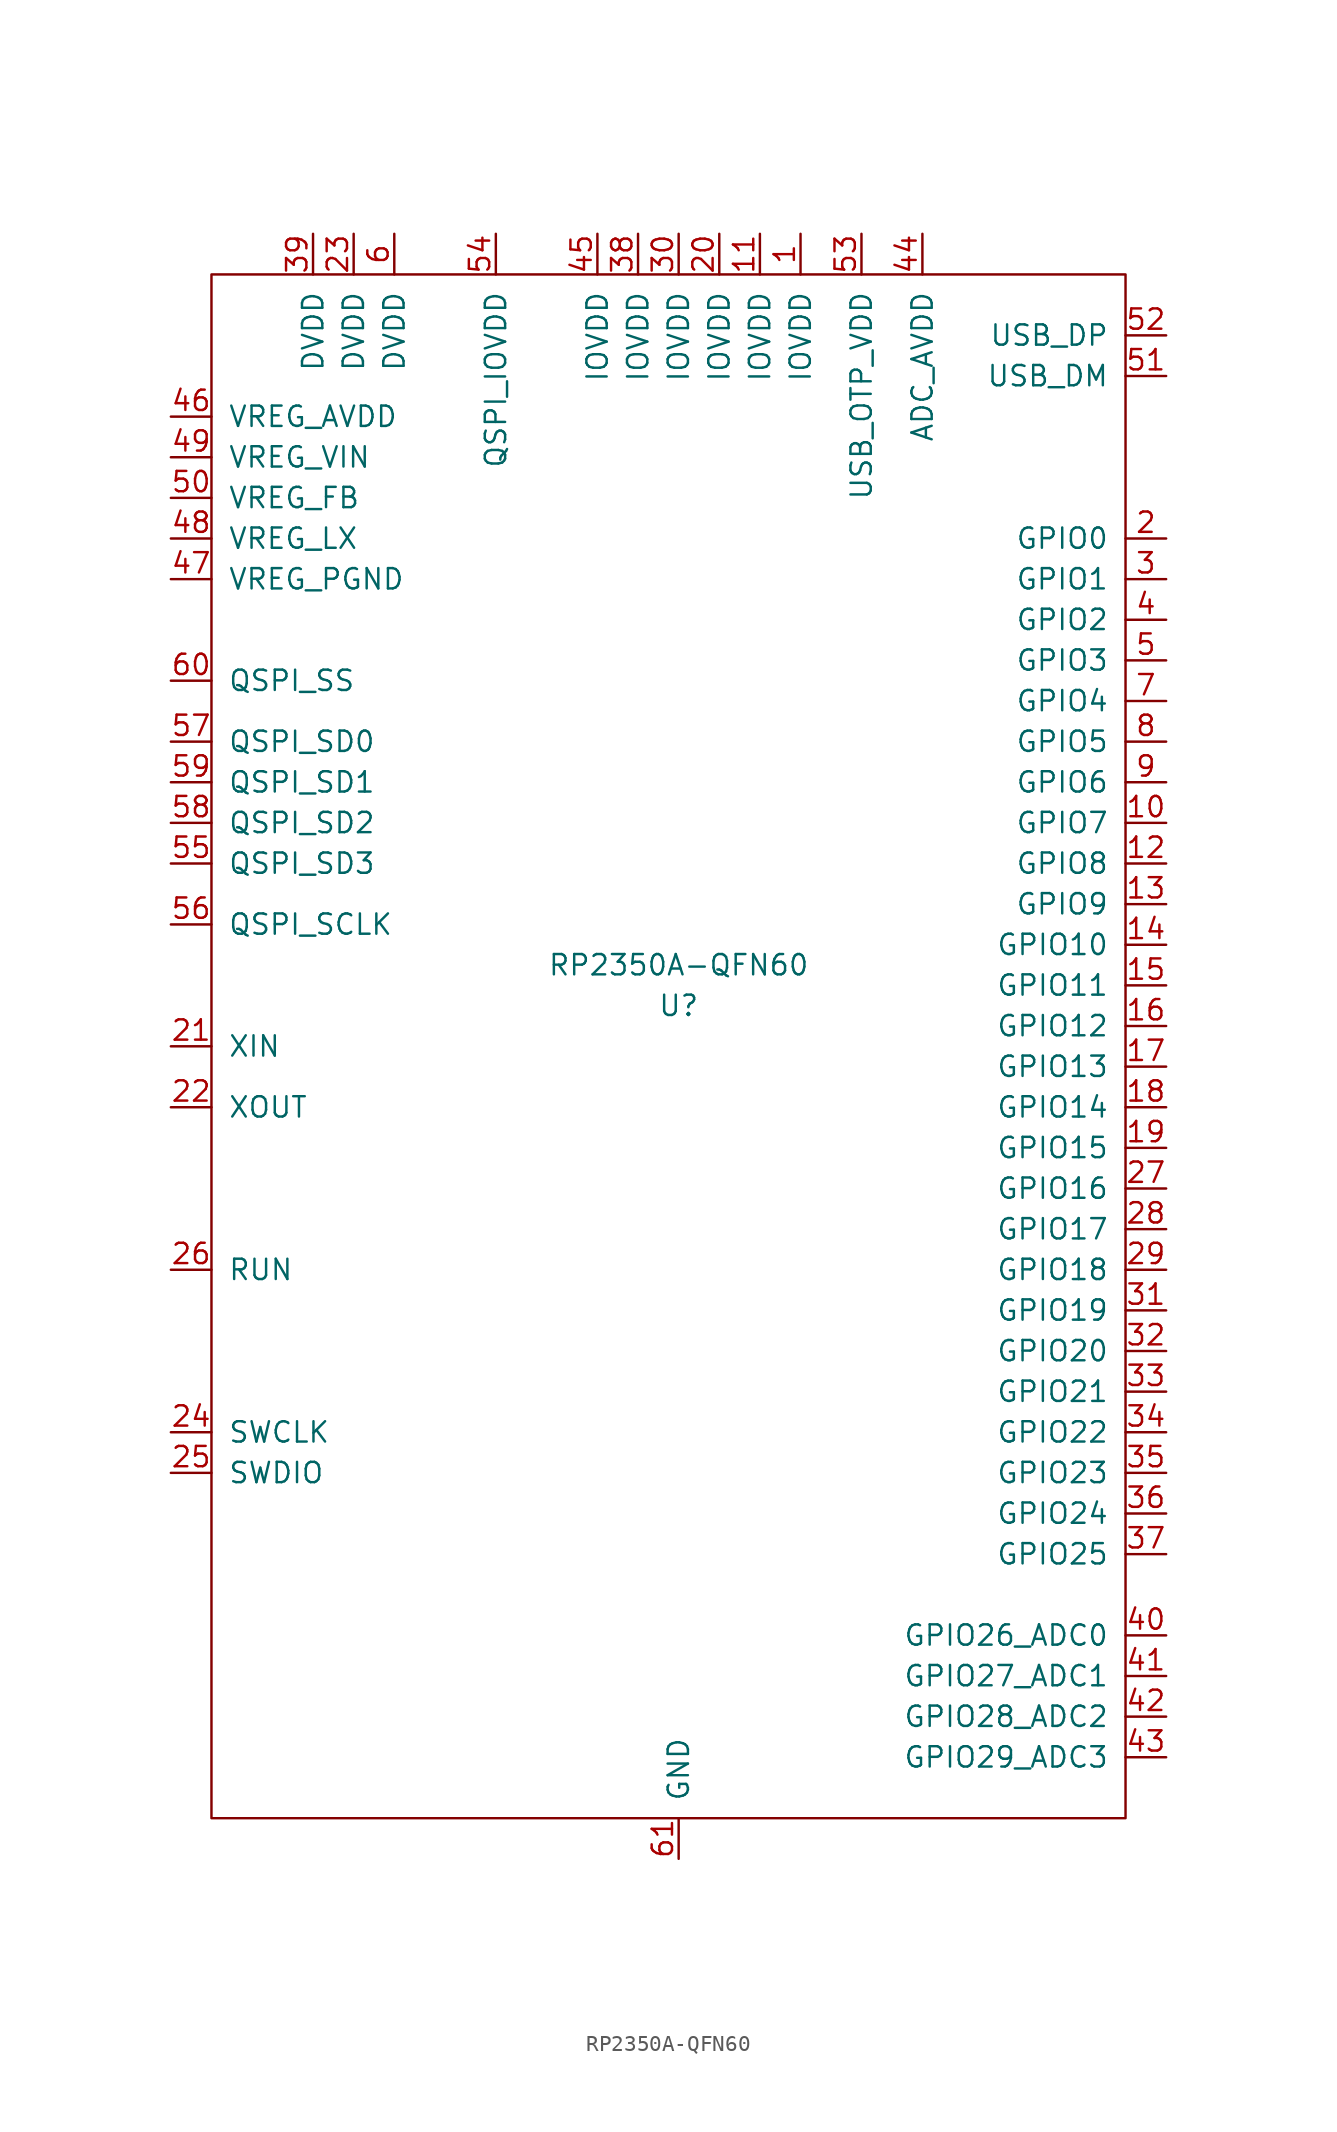
<source format=kicad_sym>
(kicad_symbol_lib
  (version 20231120)
  (generator "kicad_symbol_editor")
  (generator_version "8.0")
  (symbol "RP2350A-QFN60"
    (pin_names
      (offset 1.016))
    (property "Reference" "U"
      (at 0 -1.27 0)
      (effects (font (size 1.27 1.27))))
    (property "Value" "RP2350A-QFN60"
      (at 0 1.27 0)
      (effects (font (size 1.27 1.27))))
    (symbol "RP2350A-QFN60_0_1"
      (rectangle (start -29.21 44.45) (end 27.94 -52.07) (stroke (width 0) (type default)) (fill (type none))))
    (symbol "RP2350A-QFN60_1_0"
      (pin passive line (at 0 -54.61 90) (length 2.54) (name "GND" (effects (font (size 1.27 1.27)))) (number "61" (effects (font (size 1.27 1.27))))))
    (symbol "RP2350A-QFN60_1_1"
      (pin power_in line (at 7.62 46.99 270) (length 2.54) (name "IOVDD" (effects (font (size 1.27 1.27)))) (number "1" (effects (font (size 1.27 1.27)))))
      (pin bidirectional line (at 30.48 10.16 180) (length 2.54) (name "GPIO7" (effects (font (size 1.27 1.27)))) (number "10" (effects (font (size 1.27 1.27)))))
      (pin power_in line (at 5.08 46.99 270) (length 2.54) (name "IOVDD" (effects (font (size 1.27 1.27)))) (number "11" (effects (font (size 1.27 1.27)))))
      (pin bidirectional line (at 30.48 7.62 180) (length 2.54) (name "GPIO8" (effects (font (size 1.27 1.27)))) (number "12" (effects (font (size 1.27 1.27)))))
      (pin bidirectional line (at 30.48 5.08 180) (length 2.54) (name "GPIO9" (effects (font (size 1.27 1.27)))) (number "13" (effects (font (size 1.27 1.27)))))
      (pin bidirectional line (at 30.48 2.54 180) (length 2.54) (name "GPIO10" (effects (font (size 1.27 1.27)))) (number "14" (effects (font (size 1.27 1.27)))))
      (pin bidirectional line (at 30.48 0 180) (length 2.54) (name "GPIO11" (effects (font (size 1.27 1.27)))) (number "15" (effects (font (size 1.27 1.27)))))
      (pin bidirectional line (at 30.48 -2.54 180) (length 2.54) (name "GPIO12" (effects (font (size 1.27 1.27)))) (number "16" (effects (font (size 1.27 1.27)))))
      (pin bidirectional line (at 30.48 -5.08 180) (length 2.54) (name "GPIO13" (effects (font (size 1.27 1.27)))) (number "17" (effects (font (size 1.27 1.27)))))
      (pin bidirectional line (at 30.48 -7.62 180) (length 2.54) (name "GPIO14" (effects (font (size 1.27 1.27)))) (number "18" (effects (font (size 1.27 1.27)))))
      (pin bidirectional line (at 30.48 -10.16 180) (length 2.54) (name "GPIO15" (effects (font (size 1.27 1.27)))) (number "19" (effects (font (size 1.27 1.27)))))
      (pin bidirectional line (at 30.48 27.94 180) (length 2.54) (name "GPIO0" (effects (font (size 1.27 1.27)))) (number "2" (effects (font (size 1.27 1.27)))))
      (pin power_in line (at 2.54 46.99 270) (length 2.54) (name "IOVDD" (effects (font (size 1.27 1.27)))) (number "20" (effects (font (size 1.27 1.27)))))
      (pin input line (at -31.75 -3.81 0) (length 2.54) (name "XIN" (effects (font (size 1.27 1.27)))) (number "21" (effects (font (size 1.27 1.27)))))
      (pin output line (at -31.75 -7.62 0) (length 2.54) (name "XOUT" (effects (font (size 1.27 1.27)))) (number "22" (effects (font (size 1.27 1.27)))))
      (pin power_in line (at -20.32 46.99 270) (length 2.54) (name "DVDD" (effects (font (size 1.27 1.27)))) (number "23" (effects (font (size 1.27 1.27)))))
      (pin input line (at -31.75 -27.94 0) (length 2.54) (name "SWCLK" (effects (font (size 1.27 1.27)))) (number "24" (effects (font (size 1.27 1.27)))))
      (pin bidirectional line (at -31.75 -30.48 0) (length 2.54) (name "SWDIO" (effects (font (size 1.27 1.27)))) (number "25" (effects (font (size 1.27 1.27)))))
      (pin input line (at -31.75 -17.78 0) (length 2.54) (name "RUN" (effects (font (size 1.27 1.27)))) (number "26" (effects (font (size 1.27 1.27)))))
      (pin bidirectional line (at 30.48 -12.7 180) (length 2.54) (name "GPIO16" (effects (font (size 1.27 1.27)))) (number "27" (effects (font (size 1.27 1.27)))))
      (pin bidirectional line (at 30.48 -15.24 180) (length 2.54) (name "GPIO17" (effects (font (size 1.27 1.27)))) (number "28" (effects (font (size 1.27 1.27)))))
      (pin bidirectional line (at 30.48 -17.78 180) (length 2.54) (name "GPIO18" (effects (font (size 1.27 1.27)))) (number "29" (effects (font (size 1.27 1.27)))))
      (pin bidirectional line (at 30.48 25.4 180) (length 2.54) (name "GPIO1" (effects (font (size 1.27 1.27)))) (number "3" (effects (font (size 1.27 1.27)))))
      (pin power_in line (at 0 46.99 270) (length 2.54) (name "IOVDD" (effects (font (size 1.27 1.27)))) (number "30" (effects (font (size 1.27 1.27)))))
      (pin bidirectional line (at 30.48 -20.32 180) (length 2.54) (name "GPIO19" (effects (font (size 1.27 1.27)))) (number "31" (effects (font (size 1.27 1.27)))))
      (pin bidirectional line (at 30.48 -22.86 180) (length 2.54) (name "GPIO20" (effects (font (size 1.27 1.27)))) (number "32" (effects (font (size 1.27 1.27)))))
      (pin bidirectional line (at 30.48 -25.4 180) (length 2.54) (name "GPIO21" (effects (font (size 1.27 1.27)))) (number "33" (effects (font (size 1.27 1.27)))))
      (pin bidirectional line (at 30.48 -27.94 180) (length 2.54) (name "GPIO22" (effects (font (size 1.27 1.27)))) (number "34" (effects (font (size 1.27 1.27)))))
      (pin bidirectional line (at 30.48 -30.48 180) (length 2.54) (name "GPIO23" (effects (font (size 1.27 1.27)))) (number "35" (effects (font (size 1.27 1.27)))))
      (pin bidirectional line (at 30.48 -33.02 180) (length 2.54) (name "GPIO24" (effects (font (size 1.27 1.27)))) (number "36" (effects (font (size 1.27 1.27)))))
      (pin bidirectional line (at 30.48 -35.56 180) (length 2.54) (name "GPIO25" (effects (font (size 1.27 1.27)))) (number "37" (effects (font (size 1.27 1.27)))))
      (pin power_in line (at -2.54 46.99 270) (length 2.54) (name "IOVDD" (effects (font (size 1.27 1.27)))) (number "38" (effects (font (size 1.27 1.27)))))
      (pin power_in line (at -22.86 46.99 270) (length 2.54) (name "DVDD" (effects (font (size 1.27 1.27)))) (number "39" (effects (font (size 1.27 1.27)))))
      (pin bidirectional line (at 30.48 22.86 180) (length 2.54) (name "GPIO2" (effects (font (size 1.27 1.27)))) (number "4" (effects (font (size 1.27 1.27)))))
      (pin bidirectional line (at 30.48 -40.64 180) (length 2.54) (name "GPIO26_ADC0" (effects (font (size 1.27 1.27)))) (number "40" (effects (font (size 1.27 1.27)))))
      (pin bidirectional line (at 30.48 -43.18 180) (length 2.54) (name "GPIO27_ADC1" (effects (font (size 1.27 1.27)))) (number "41" (effects (font (size 1.27 1.27)))))
      (pin bidirectional line (at 30.48 -45.72 180) (length 2.54) (name "GPIO28_ADC2" (effects (font (size 1.27 1.27)))) (number "42" (effects (font (size 1.27 1.27)))))
      (pin bidirectional line (at 30.48 -48.26 180) (length 2.54) (name "GPIO29_ADC3" (effects (font (size 1.27 1.27)))) (number "43" (effects (font (size 1.27 1.27)))))
      (pin power_in line (at 15.24 46.99 270) (length 2.54) (name "ADC_AVDD" (effects (font (size 1.27 1.27)))) (number "44" (effects (font (size 1.27 1.27)))))
      (pin power_in line (at -5.08 46.99 270) (length 2.54) (name "IOVDD" (effects (font (size 1.27 1.27)))) (number "45" (effects (font (size 1.27 1.27)))))
      (pin power_in line (at -31.75 35.56 0) (length 2.54) (name "VREG_AVDD" (effects (font (size 1.27 1.27)))) (number "46" (effects (font (size 1.27 1.27)))))
      (pin input line (at -31.75 25.4 0) (length 2.54) (name "VREG_PGND" (effects (font (size 1.27 1.27)))) (number "47" (effects (font (size 1.27 1.27)))))
      (pin power_out line (at -31.75 27.94 0) (length 2.54) (name "VREG_LX" (effects (font (size 1.27 1.27)))) (number "48" (effects (font (size 1.27 1.27)))))
      (pin power_in line (at -31.75 33.02 0) (length 2.54) (name "VREG_VIN" (effects (font (size 1.27 1.27)))) (number "49" (effects (font (size 1.27 1.27)))))
      (pin bidirectional line (at 30.48 20.32 180) (length 2.54) (name "GPIO3" (effects (font (size 1.27 1.27)))) (number "5" (effects (font (size 1.27 1.27)))))
      (pin power_in line (at -31.75 30.48 0) (length 2.54) (name "VREG_FB" (effects (font (size 1.27 1.27)))) (number "50" (effects (font (size 1.27 1.27)))))
      (pin bidirectional line (at 30.48 38.1 180) (length 2.54) (name "USB_DM" (effects (font (size 1.27 1.27)))) (number "51" (effects (font (size 1.27 1.27)))))
      (pin bidirectional line (at 30.48 40.64 180) (length 2.54) (name "USB_DP" (effects (font (size 1.27 1.27)))) (number "52" (effects (font (size 1.27 1.27)))))
      (pin power_in line (at 11.43 46.99 270) (length 2.54) (name "USB_OTP_VDD" (effects (font (size 1.27 1.27)))) (number "53" (effects (font (size 1.27 1.27)))))
      (pin power_in line (at -11.43 46.99 270) (length 2.54) (name "QSPI_IOVDD" (effects (font (size 1.27 1.27)))) (number "54" (effects (font (size 1.27 1.27)))))
      (pin bidirectional line (at -31.75 7.62 0) (length 2.54) (name "QSPI_SD3" (effects (font (size 1.27 1.27)))) (number "55" (effects (font (size 1.27 1.27)))))
      (pin bidirectional line (at -31.75 3.81 0) (length 2.54) (name "QSPI_SCLK" (effects (font (size 1.27 1.27)))) (number "56" (effects (font (size 1.27 1.27)))))
      (pin bidirectional line (at -31.75 15.24 0) (length 2.54) (name "QSPI_SD0" (effects (font (size 1.27 1.27)))) (number "57" (effects (font (size 1.27 1.27)))))
      (pin bidirectional line (at -31.75 10.16 0) (length 2.54) (name "QSPI_SD2" (effects (font (size 1.27 1.27)))) (number "58" (effects (font (size 1.27 1.27)))))
      (pin bidirectional line (at -31.75 12.7 0) (length 2.54) (name "QSPI_SD1" (effects (font (size 1.27 1.27)))) (number "59" (effects (font (size 1.27 1.27)))))
      (pin power_in line (at -17.78 46.99 270) (length 2.54) (name "DVDD" (effects (font (size 1.27 1.27)))) (number "6" (effects (font (size 1.27 1.27)))))
      (pin bidirectional line (at -31.75 19.05 0) (length 2.54) (name "QSPI_SS" (effects (font (size 1.27 1.27)))) (number "60" (effects (font (size 1.27 1.27)))))
      (pin bidirectional line (at 30.48 17.78 180) (length 2.54) (name "GPIO4" (effects (font (size 1.27 1.27)))) (number "7" (effects (font (size 1.27 1.27)))))
      (pin bidirectional line (at 30.48 15.24 180) (length 2.54) (name "GPIO5" (effects (font (size 1.27 1.27)))) (number "8" (effects (font (size 1.27 1.27)))))
      (pin bidirectional line (at 30.48 12.7 180) (length 2.54) (name "GPIO6" (effects (font (size 1.27 1.27)))) (number "9" (effects (font (size 1.27 1.27))))))))
</source>
